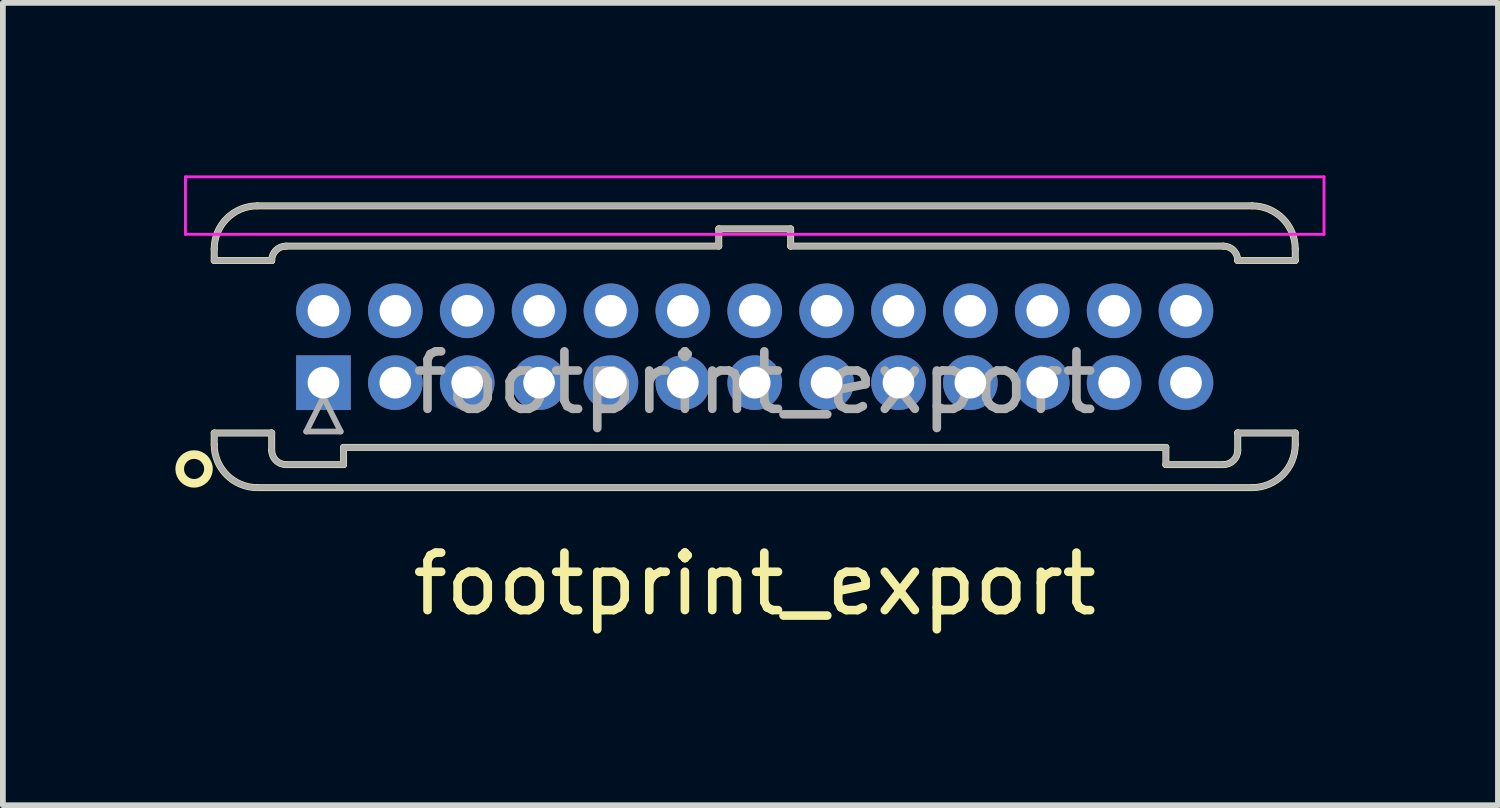
<source format=kicad_pcb>
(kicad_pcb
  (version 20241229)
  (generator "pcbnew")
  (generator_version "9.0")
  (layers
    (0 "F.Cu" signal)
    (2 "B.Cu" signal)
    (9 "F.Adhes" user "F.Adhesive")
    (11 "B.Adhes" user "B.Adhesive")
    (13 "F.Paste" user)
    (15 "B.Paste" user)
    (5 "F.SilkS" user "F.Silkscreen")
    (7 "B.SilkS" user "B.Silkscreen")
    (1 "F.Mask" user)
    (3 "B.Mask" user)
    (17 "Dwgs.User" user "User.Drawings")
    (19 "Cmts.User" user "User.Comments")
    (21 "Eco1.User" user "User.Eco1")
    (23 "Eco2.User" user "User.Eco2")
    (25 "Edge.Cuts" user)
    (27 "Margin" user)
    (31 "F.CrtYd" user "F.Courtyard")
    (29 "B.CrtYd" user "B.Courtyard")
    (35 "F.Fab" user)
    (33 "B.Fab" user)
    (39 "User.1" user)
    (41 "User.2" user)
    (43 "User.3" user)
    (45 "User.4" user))
  (footprint "footprint_export"
    (layer "F.Cu")
    (at 2.575 3.605)
    (property "Reference" "footprint_export" (at 7.5 3.5 0) (layer "F.SilkS") (effects (font (size 1 1) (thickness 0.15))))
    (attr through_hole)
    (fp_line (start -1.9 -2.325) (end -1.9 -2.125) (stroke (width 0.12) (type solid)) (layer "F.SilkS"))
    (fp_line (start -1.9 -2.125) (end -0.9 -2.125) (stroke (width 0.12) (type solid)) (layer "F.SilkS"))
    (fp_line (start -1.9 0.875) (end -0.9 0.875) (stroke (width 0.12) (type solid)) (layer "F.SilkS"))
    (fp_line (start -1.9 1.075) (end -1.9 0.875) (stroke (width 0.12) (type solid)) (layer "F.SilkS"))
    (fp_line (start -1.15 -3.075) (end 16.15 -3.075) (stroke (width 0.12) (type solid)) (layer "F.SilkS"))
    (fp_line (start -1.15 1.825) (end 16.15 1.825) (stroke (width 0.12) (type solid)) (layer "F.SilkS"))
    (fp_line (start -0.9 -2.125) (end -0.9 -2.125) (stroke (width 0.12) (type solid)) (layer "F.SilkS"))
    (fp_line (start -0.9 0.875) (end -0.9 0.875) (stroke (width 0.12) (type solid)) (layer "F.SilkS"))
    (fp_line (start -0.9 1.175) (end -0.9 0.875) (stroke (width 0.12) (type solid)) (layer "F.SilkS"))
    (fp_line (start -0.65 -2.375) (end 6.875 -2.375) (stroke (width 0.12) (type solid)) (layer "F.SilkS"))
    (fp_line (start -0.65 1.425) (end 0.35 1.425) (stroke (width 0.12) (type solid)) (layer "F.SilkS"))
    (fp_line (start 0.35 1.125) (end 14.65 1.125) (stroke (width 0.12) (type solid)) (layer "F.SilkS"))
    (fp_line (start 0.35 1.425) (end 0.35 1.125) (stroke (width 0.12) (type solid)) (layer "F.SilkS"))
    (fp_line (start 6.875 -2.675) (end 8.125 -2.675) (stroke (width 0.12) (type solid)) (layer "F.SilkS"))
    (fp_line (start 6.875 -2.375) (end 6.875 -2.675) (stroke (width 0.12) (type solid)) (layer "F.SilkS"))
    (fp_line (start 8.125 -2.675) (end 8.125 -2.375) (stroke (width 0.12) (type solid)) (layer "F.SilkS"))
    (fp_line (start 8.125 -2.375) (end 15.65 -2.375) (stroke (width 0.12) (type solid)) (layer "F.SilkS"))
    (fp_line (start 14.65 1.125) (end 14.65 1.425) (stroke (width 0.12) (type solid)) (layer "F.SilkS"))
    (fp_line (start 14.65 1.425) (end 15.65 1.425) (stroke (width 0.12) (type solid)) (layer "F.SilkS"))
    (fp_line (start 15.9 -2.125) (end 15.9 -2.125) (stroke (width 0.12) (type solid)) (layer "F.SilkS"))
    (fp_line (start 15.9 0.875) (end 15.9 0.875) (stroke (width 0.12) (type solid)) (layer "F.SilkS"))
    (fp_line (start 15.9 1.175) (end 15.9 0.875) (stroke (width 0.12) (type solid)) (layer "F.SilkS"))
    (fp_line (start 16.9 -2.325) (end 16.9 -2.125) (stroke (width 0.12) (type solid)) (layer "F.SilkS"))
    (fp_line (start 16.9 -2.125) (end 15.9 -2.125) (stroke (width 0.12) (type solid)) (layer "F.SilkS"))
    (fp_line (start 16.9 0.875) (end 15.9 0.875) (stroke (width 0.12) (type solid)) (layer "F.SilkS"))
    (fp_line (start 16.9 1.075) (end 16.9 0.875) (stroke (width 0.12) (type solid)) (layer "F.SilkS"))
    (fp_arc (start -1.9 -2.325) (mid -1.68033 -2.85533) (end -1.15 -3.075) (stroke (width 0.12) (type solid)) (layer "F.SilkS"))
    (fp_arc (start -1.15 1.825) (mid -1.68033 1.60533) (end -1.9 1.075) (stroke (width 0.12) (type solid)) (layer "F.SilkS"))
    (fp_arc (start -0.9 -2.125) (mid -0.826777 -2.301777) (end -0.65 -2.375) (stroke (width 0.12) (type solid)) (layer "F.SilkS"))
    (fp_arc (start -0.65 1.425) (mid -0.826777 1.351777) (end -0.9 1.175) (stroke (width 0.12) (type solid)) (layer "F.SilkS"))
    (fp_arc (start 15.65 -2.375) (mid 15.826777 -2.301777) (end 15.9 -2.125) (stroke (width 0.12) (type solid)) (layer "F.SilkS"))
    (fp_arc (start 15.9 1.175) (mid 15.826777 1.351777) (end 15.65 1.425) (stroke (width 0.12) (type solid)) (layer "F.SilkS"))
    (fp_arc (start 16.15 -3.075) (mid 16.68033 -2.85533) (end 16.9 -2.325) (stroke (width 0.12) (type solid)) (layer "F.SilkS"))
    (fp_arc (start 16.9 1.075) (mid 16.68033 1.60533) (end 16.15 1.825) (stroke (width 0.12) (type solid)) (layer "F.SilkS"))
    (fp_circle (center -2.25 1.5) (end -2 1.5) (stroke (width 0.15) (type solid)) (fill no) (layer "F.SilkS"))
    (fp_line (start -2.4 -3.58) (end -2.4 -2.58) (stroke (width 0.05) (type solid)) (layer "F.CrtYd"))
    (fp_line (start -2.4 -2.58) (end 17.4 -2.58) (stroke (width 0.05) (type solid)) (layer "F.CrtYd"))
    (fp_line (start 17.4 -3.58) (end -2.4 -3.58) (stroke (width 0.05) (type solid)) (layer "F.CrtYd"))
    (fp_line (start 17.4 -2.58) (end 17.4 -3.58) (stroke (width 0.05) (type solid)) (layer "F.CrtYd"))
    (fp_line (start -1.9 -2.325) (end -1.9 -2.125) (stroke (width 0.1) (type solid)) (layer "F.Fab"))
    (fp_line (start -1.9 -2.125) (end -0.9 -2.125) (stroke (width 0.1) (type solid)) (layer "F.Fab"))
    (fp_line (start -1.9 0.875) (end -0.9 0.875) (stroke (width 0.1) (type solid)) (layer "F.Fab"))
    (fp_line (start -1.9 1.075) (end -1.9 0.875) (stroke (width 0.1) (type solid)) (layer "F.Fab"))
    (fp_line (start -1.15 -3.075) (end 16.15 -3.075) (stroke (width 0.1) (type solid)) (layer "F.Fab"))
    (fp_line (start -1.15 1.825) (end 16.15 1.825) (stroke (width 0.1) (type solid)) (layer "F.Fab"))
    (fp_line (start -0.9 -2.125) (end -0.9 -2.125) (stroke (width 0.1) (type solid)) (layer "F.Fab"))
    (fp_line (start -0.9 0.875) (end -0.9 0.875) (stroke (width 0.1) (type solid)) (layer "F.Fab"))
    (fp_line (start -0.9 1.175) (end -0.9 0.875) (stroke (width 0.1) (type solid)) (layer "F.Fab"))
    (fp_line (start -0.65 -2.375) (end 6.875 -2.375) (stroke (width 0.1) (type solid)) (layer "F.Fab"))
    (fp_line (start -0.65 1.425) (end 0.35 1.425) (stroke (width 0.1) (type solid)) (layer "F.Fab"))
    (fp_line (start -0.3 0.85) (end 0.3 0.85) (stroke (width 0.1) (type solid)) (layer "F.Fab"))
    (fp_line (start 0 0.25) (end -0.3 0.85) (stroke (width 0.1) (type solid)) (layer "F.Fab"))
    (fp_line (start 0.3 0.85) (end 0 0.25) (stroke (width 0.1) (type solid)) (layer "F.Fab"))
    (fp_line (start 0.35 1.125) (end 14.65 1.125) (stroke (width 0.1) (type solid)) (layer "F.Fab"))
    (fp_line (start 0.35 1.425) (end 0.35 1.125) (stroke (width 0.1) (type solid)) (layer "F.Fab"))
    (fp_line (start 6.875 -2.675) (end 8.125 -2.675) (stroke (width 0.1) (type solid)) (layer "F.Fab"))
    (fp_line (start 6.875 -2.375) (end 6.875 -2.675) (stroke (width 0.1) (type solid)) (layer "F.Fab"))
    (fp_line (start 8.125 -2.675) (end 8.125 -2.375) (stroke (width 0.1) (type solid)) (layer "F.Fab"))
    (fp_line (start 8.125 -2.375) (end 15.65 -2.375) (stroke (width 0.1) (type solid)) (layer "F.Fab"))
    (fp_line (start 14.65 1.125) (end 14.65 1.425) (stroke (width 0.1) (type solid)) (layer "F.Fab"))
    (fp_line (start 14.65 1.425) (end 15.65 1.425) (stroke (width 0.1) (type solid)) (layer "F.Fab"))
    (fp_line (start 15.9 -2.125) (end 15.9 -2.125) (stroke (width 0.1) (type solid)) (layer "F.Fab"))
    (fp_line (start 15.9 0.875) (end 15.9 0.875) (stroke (width 0.1) (type solid)) (layer "F.Fab"))
    (fp_line (start 15.9 1.175) (end 15.9 0.875) (stroke (width 0.1) (type solid)) (layer "F.Fab"))
    (fp_line (start 16.9 -2.325) (end 16.9 -2.125) (stroke (width 0.1) (type solid)) (layer "F.Fab"))
    (fp_line (start 16.9 -2.125) (end 15.9 -2.125) (stroke (width 0.1) (type solid)) (layer "F.Fab"))
    (fp_line (start 16.9 0.875) (end 15.9 0.875) (stroke (width 0.1) (type solid)) (layer "F.Fab"))
    (fp_line (start 16.9 1.075) (end 16.9 0.875) (stroke (width 0.1) (type solid)) (layer "F.Fab"))
    (fp_arc (start -1.9 -2.325) (mid -1.68033 -2.85533) (end -1.15 -3.075) (stroke (width 0.1) (type solid)) (layer "F.Fab"))
    (fp_arc (start -1.15 1.825) (mid -1.68033 1.60533) (end -1.9 1.075) (stroke (width 0.1) (type solid)) (layer "F.Fab"))
    (fp_arc (start -0.9 -2.125) (mid -0.826777 -2.301777) (end -0.65 -2.375) (stroke (width 0.1) (type solid)) (layer "F.Fab"))
    (fp_arc (start -0.65 1.425) (mid -0.826777 1.351777) (end -0.9 1.175) (stroke (width 0.1) (type solid)) (layer "F.Fab"))
    (fp_arc (start 15.65 -2.375) (mid 15.826777 -2.301777) (end 15.9 -2.125) (stroke (width 0.1) (type solid)) (layer "F.Fab"))
    (fp_arc (start 15.9 1.175) (mid 15.826777 1.351777) (end 15.65 1.425) (stroke (width 0.1) (type solid)) (layer "F.Fab"))
    (fp_arc (start 16.15 -3.075) (mid 16.68033 -2.85533) (end 16.9 -2.325) (stroke (width 0.1) (type solid)) (layer "F.Fab"))
    (fp_arc (start 16.9 1.075) (mid 16.68033 1.60533) (end 16.15 1.825) (stroke (width 0.1) (type solid)) (layer "F.Fab"))
    (fp_text user "${REFERENCE}" (at 7.5 0 0) (layer "F.Fab") (effects (font (size 1 1) (thickness 0.15))))
    (pad "1" thru_hole rect (at 0 0) (size 0.95 0.95) (drill 0.55) (layers "*.Cu" "*.Mask"))
    (pad "2" thru_hole circle (at 0 -1.25) (size 0.95 0.95) (drill 0.55) (layers "*.Cu" "*.Mask"))
    (pad "3" thru_hole circle (at 1.25 0) (size 0.95 0.95) (drill 0.55) (layers "*.Cu" "*.Mask"))
    (pad "4" thru_hole circle (at 1.25 -1.25) (size 0.95 0.95) (drill 0.55) (layers "*.Cu" "*.Mask"))
    (pad "5" thru_hole circle (at 2.5 0) (size 0.95 0.95) (drill 0.55) (layers "*.Cu" "*.Mask"))
    (pad "6" thru_hole circle (at 2.5 -1.25) (size 0.95 0.95) (drill 0.55) (layers "*.Cu" "*.Mask"))
    (pad "7" thru_hole circle (at 3.75 0) (size 0.95 0.95) (drill 0.55) (layers "*.Cu" "*.Mask"))
    (pad "8" thru_hole circle (at 3.75 -1.25) (size 0.95 0.95) (drill 0.55) (layers "*.Cu" "*.Mask"))
    (pad "9" thru_hole circle (at 5 0) (size 0.95 0.95) (drill 0.55) (layers "*.Cu" "*.Mask"))
    (pad "10" thru_hole circle (at 5 -1.25) (size 0.95 0.95) (drill 0.55) (layers "*.Cu" "*.Mask"))
    (pad "11" thru_hole circle (at 6.25 0) (size 0.95 0.95) (drill 0.55) (layers "*.Cu" "*.Mask"))
    (pad "12" thru_hole circle (at 6.25 -1.25) (size 0.95 0.95) (drill 0.55) (layers "*.Cu" "*.Mask"))
    (pad "13" thru_hole circle (at 7.5 0) (size 0.95 0.95) (drill 0.55) (layers "*.Cu" "*.Mask"))
    (pad "14" thru_hole circle (at 7.5 -1.25) (size 0.95 0.95) (drill 0.55) (layers "*.Cu" "*.Mask"))
    (pad "15" thru_hole circle (at 8.75 0) (size 0.95 0.95) (drill 0.55) (layers "*.Cu" "*.Mask"))
    (pad "16" thru_hole circle (at 8.75 -1.25) (size 0.95 0.95) (drill 0.55) (layers "*.Cu" "*.Mask"))
    (pad "17" thru_hole circle (at 10 0) (size 0.95 0.95) (drill 0.55) (layers "*.Cu" "*.Mask"))
    (pad "18" thru_hole circle (at 10 -1.25) (size 0.95 0.95) (drill 0.55) (layers "*.Cu" "*.Mask"))
    (pad "19" thru_hole circle (at 11.25 0) (size 0.95 0.95) (drill 0.55) (layers "*.Cu" "*.Mask"))
    (pad "20" thru_hole circle (at 11.25 -1.25) (size 0.95 0.95) (drill 0.55) (layers "*.Cu" "*.Mask"))
    (pad "21" thru_hole circle (at 12.5 0) (size 0.95 0.95) (drill 0.55) (layers "*.Cu" "*.Mask"))
    (pad "22" thru_hole circle (at 12.5 -1.25) (size 0.95 0.95) (drill 0.55) (layers "*.Cu" "*.Mask"))
    (pad "23" thru_hole circle (at 13.75 0) (size 0.95 0.95) (drill 0.55) (layers "*.Cu" "*.Mask"))
    (pad "24" thru_hole circle (at 13.75 -1.25) (size 0.95 0.95) (drill 0.55) (layers "*.Cu" "*.Mask"))
    (pad "25" thru_hole circle (at 15 0) (size 0.95 0.95) (drill 0.55) (layers "*.Cu" "*.Mask"))
    (pad "26" thru_hole circle (at 15 -1.25) (size 0.95 0.95) (drill 0.55) (layers "*.Cu" "*.Mask")))
  (gr_rect
    (start -3 -3)
    (end 23 10.953)
    (stroke (width 0.1) (type default))
    (fill no)
    (layer "Edge.Cuts")))
</source>
